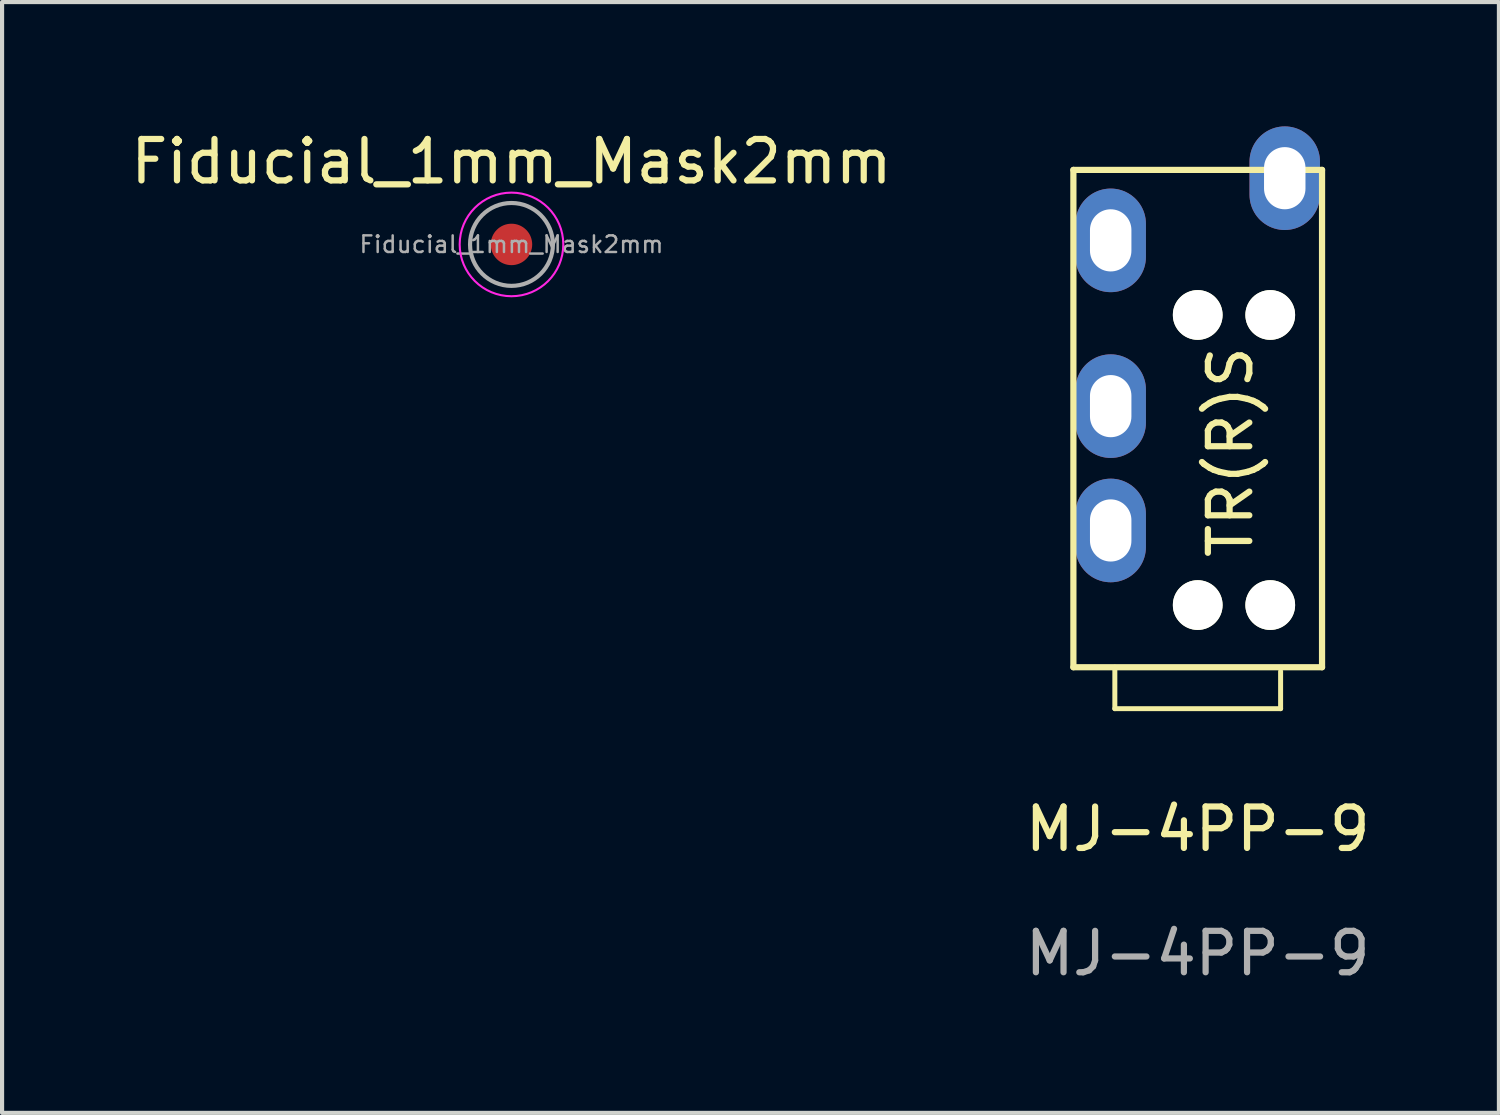
<source format=kicad_pcb>
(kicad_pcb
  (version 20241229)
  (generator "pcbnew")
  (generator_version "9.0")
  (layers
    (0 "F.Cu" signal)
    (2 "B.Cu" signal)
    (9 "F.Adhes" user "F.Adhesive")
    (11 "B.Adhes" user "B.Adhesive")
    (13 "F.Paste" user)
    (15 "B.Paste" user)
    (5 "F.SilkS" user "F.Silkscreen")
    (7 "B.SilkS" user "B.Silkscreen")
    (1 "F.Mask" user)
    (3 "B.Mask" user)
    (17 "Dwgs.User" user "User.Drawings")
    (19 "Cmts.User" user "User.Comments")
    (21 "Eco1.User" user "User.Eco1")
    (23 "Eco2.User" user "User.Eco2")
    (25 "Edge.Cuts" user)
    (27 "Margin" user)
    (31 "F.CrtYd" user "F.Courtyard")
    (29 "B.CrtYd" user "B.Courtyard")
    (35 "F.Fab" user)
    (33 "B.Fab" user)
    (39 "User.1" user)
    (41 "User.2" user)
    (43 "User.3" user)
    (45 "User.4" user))
  (footprint "MJ-4PP-9"
    (layer "F.Cu")
    (at 25.851 7.05)
    (property "Reference" "MJ-4PP-9" (at 0 9.906 0) (unlocked yes) (layer "F.SilkS") (effects (font (size 1 1) (thickness 0.15))))
    (attr through_hole)
    (fp_line (start -3 -6) (end 3 -6) (stroke (width 0.15) (type solid)) (layer "F.SilkS"))
    (fp_line (start -3 6) (end -3 -6) (stroke (width 0.15) (type solid)) (layer "F.SilkS"))
    (fp_line (start -2 6) (end -2 7) (stroke (width 0.12) (type solid)) (layer "F.SilkS"))
    (fp_line (start -2 7) (end 2 7) (stroke (width 0.12) (type solid)) (layer "F.SilkS"))
    (fp_line (start 2 7) (end 2 6.1) (stroke (width 0.12) (type solid)) (layer "F.SilkS"))
    (fp_line (start 3 -6) (end 3 6) (stroke (width 0.15) (type solid)) (layer "F.SilkS"))
    (fp_line (start 3 6) (end -3 6) (stroke (width 0.15) (type solid)) (layer "F.SilkS"))
    (fp_text user "TR(R)S" (at 0.79 0.81 270) (layer "F.SilkS") (effects (font (size 1 1) (thickness 0.15))))
    (fp_text user "${REFERENCE}" (at 0 12.906 0) (unlocked yes) (layer "F.Fab") (effects (font (size 1 1) (thickness 0.15))))
    (pad "" np_thru_hole circle (at 0 -2.5 180) (size 1.2 1.2) (drill 1.2) (layers "*.Cu" "*.Mask" "F.SilkS"))
    (pad "" np_thru_hole circle (at 0 4.5 180) (size 1.2 1.2) (drill 1.2) (layers "*.Cu" "*.Mask" "F.SilkS"))
    (pad "" np_thru_hole circle (at 1.75 -2.5 180) (size 1.2 1.2) (drill 1.2) (layers "*.Cu" "*.Mask" "F.SilkS"))
    (pad "" np_thru_hole circle (at 1.75 4.5 180) (size 1.2 1.2) (drill 1.2) (layers "*.Cu" "*.Mask" "F.SilkS"))
    (pad "R1" thru_hole oval (at -2.1 -0.3 180) (size 1.7 2.5) (drill oval 1 1.5) (layers "*.Cu" "B.Mask"))
    (pad "R2" thru_hole oval (at -2.1 2.7 180) (size 1.7 2.5) (drill oval 1 1.5) (layers "*.Cu" "B.Mask"))
    (pad "S" thru_hole oval (at 2.1 -5.8 180) (size 1.7 2.5) (drill oval 1 1.5) (layers "*.Cu" "B.Mask"))
    (pad "T" thru_hole oval (at -2.1 -4.3 180) (size 1.7 2.5) (drill oval 1 1.5) (layers "*.Cu" "B.Mask")))
  (footprint "Fiducial_1mm_Mask2mm"
    (layer "F.Cu")
    (at 9.292 2.848)
    (property "Reference" "Fiducial_1mm_Mask2mm" (at 0 -2 0) (layer "F.SilkS") (effects (font (size 1 1) (thickness 0.15))))
    (attr smd exclude_from_pos_files exclude_from_bom allow_soldermask_bridges)
    (fp_circle (center 0 0) (end 1.25 0) (stroke (width 0.05) (type solid)) (fill no) (layer "F.CrtYd"))
    (fp_circle (center 0 0) (end 1 0) (stroke (width 0.1) (type solid)) (fill no) (layer "F.Fab"))
    (fp_text user "${REFERENCE}" (at 0 0 0) (layer "F.Fab") (effects (font (size 0.4 0.4) (thickness 0.06))))
    (pad "" smd circle (at 0 0) (size 1 1) (layers "F.Cu" "F.Mask")))
  (gr_rect
    (start -3 -3)
    (end 33.119 23.804)
    (stroke (width 0.1) (type default))
    (fill no)
    (layer "Edge.Cuts")))
</source>
